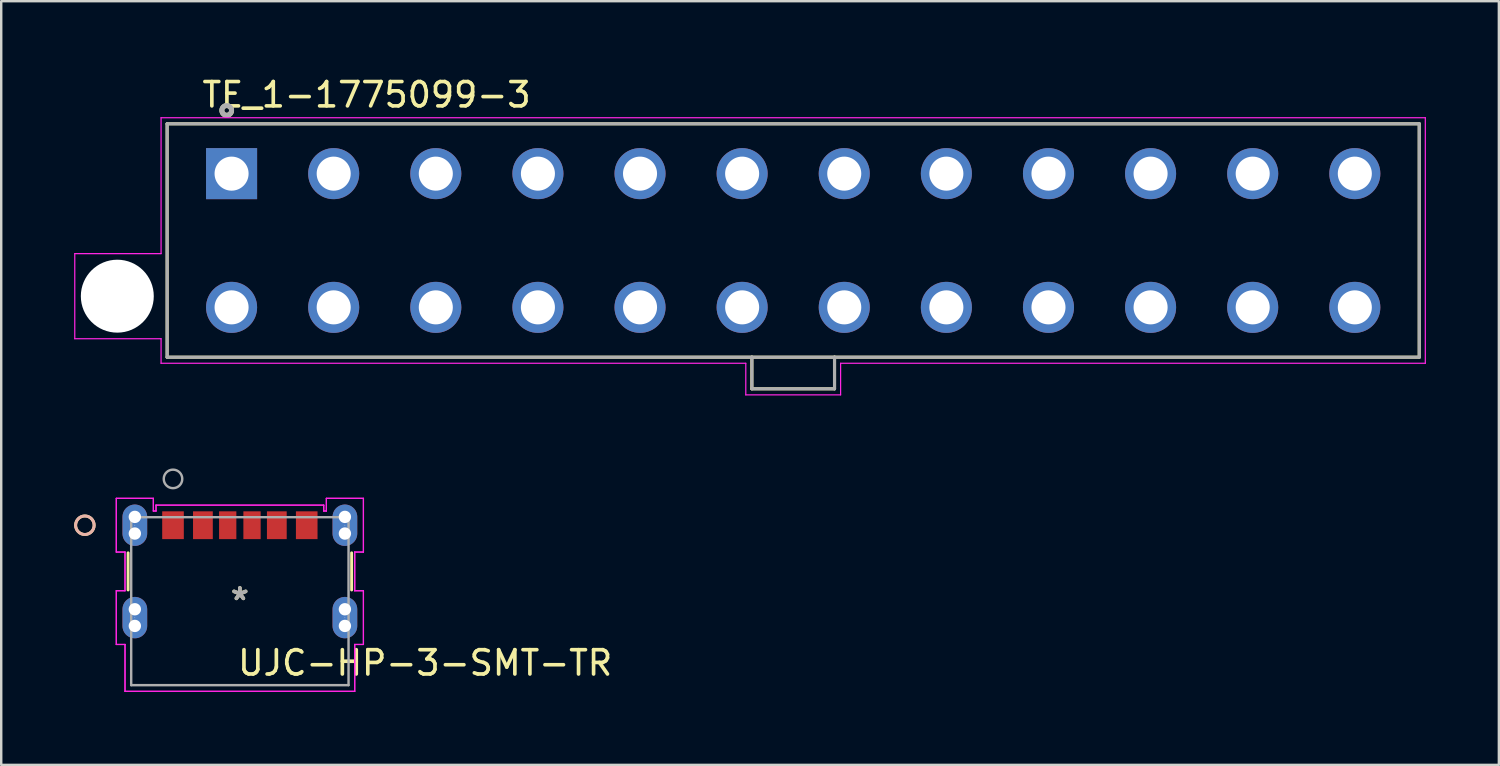
<source format=kicad_pcb>
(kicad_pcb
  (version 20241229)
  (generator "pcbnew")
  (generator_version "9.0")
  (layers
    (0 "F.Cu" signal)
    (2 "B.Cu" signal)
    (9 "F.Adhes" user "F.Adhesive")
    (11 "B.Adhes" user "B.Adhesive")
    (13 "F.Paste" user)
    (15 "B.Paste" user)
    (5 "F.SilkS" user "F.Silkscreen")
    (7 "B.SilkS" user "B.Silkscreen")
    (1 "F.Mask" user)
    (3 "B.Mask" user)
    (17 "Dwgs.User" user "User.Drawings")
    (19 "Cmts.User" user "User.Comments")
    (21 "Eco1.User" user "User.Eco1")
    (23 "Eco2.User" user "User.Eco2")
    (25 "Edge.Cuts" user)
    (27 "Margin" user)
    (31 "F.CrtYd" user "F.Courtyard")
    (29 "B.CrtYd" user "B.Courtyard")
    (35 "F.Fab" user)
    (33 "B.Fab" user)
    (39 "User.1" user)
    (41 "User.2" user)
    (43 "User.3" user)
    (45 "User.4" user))
  (footprint "UJC-HP-3-SMT-TR"
    (layer "F.Cu")
    (at 6.816 21.677)
    (property "Reference" "UJC-HP-3-SMT-TR" (at 7.62 2.54 0) (layer "F.SilkS") (effects (font (size 1 1) (thickness 0.15))))
    (attr through_hole)
    (fp_line (start -4.597 -1.988) (end -4.597 -0.461) (stroke (width 0.12) (type solid)) (layer "F.SilkS"))
    (fp_line (start 4.597 -0.461) (end 4.597 -1.988) (stroke (width 0.12) (type solid)) (layer "F.SilkS"))
    (fp_circle (center -6.375 -3.124) (end -5.994 -3.124) (stroke (width 0.12) (type solid)) (fill no) (layer "F.SilkS"))
    (fp_circle (center -6.375 -3.124) (end -5.994 -3.124) (stroke (width 0.12) (type solid)) (fill no) (layer "B.SilkS"))
    (fp_line (start -5.082 -4.229) (end -5.082 -2.02) (stroke (width 0.05) (type solid)) (layer "F.CrtYd"))
    (fp_line (start -5.082 -4.229) (end -5.082 -2.02) (stroke (width 0.05) (type solid)) (layer "F.CrtYd"))
    (fp_line (start -5.082 -2.02) (end -4.724 -2.02) (stroke (width 0.05) (type solid)) (layer "F.CrtYd"))
    (fp_line (start -5.082 -2.02) (end -4.724 -2.02) (stroke (width 0.05) (type solid)) (layer "F.CrtYd"))
    (fp_line (start -5.082 -0.429) (end -5.082 1.78) (stroke (width 0.05) (type solid)) (layer "F.CrtYd"))
    (fp_line (start -5.082 -0.429) (end -5.082 1.78) (stroke (width 0.05) (type solid)) (layer "F.CrtYd"))
    (fp_line (start -5.082 1.78) (end -4.724 1.78) (stroke (width 0.05) (type solid)) (layer "F.CrtYd"))
    (fp_line (start -5.082 1.78) (end -4.724 1.78) (stroke (width 0.05) (type solid)) (layer "F.CrtYd"))
    (fp_line (start -4.724 -2.02) (end -4.724 -0.429) (stroke (width 0.05) (type solid)) (layer "F.CrtYd"))
    (fp_line (start -4.724 -2.02) (end -4.724 -0.429) (stroke (width 0.05) (type solid)) (layer "F.CrtYd"))
    (fp_line (start -4.724 -0.429) (end -5.082 -0.429) (stroke (width 0.05) (type solid)) (layer "F.CrtYd"))
    (fp_line (start -4.724 -0.429) (end -5.082 -0.429) (stroke (width 0.05) (type solid)) (layer "F.CrtYd"))
    (fp_line (start -4.724 1.78) (end -4.724 3.708) (stroke (width 0.05) (type solid)) (layer "F.CrtYd"))
    (fp_line (start -4.724 1.78) (end -4.724 3.708) (stroke (width 0.05) (type solid)) (layer "F.CrtYd"))
    (fp_line (start -4.724 3.708) (end 4.724 3.708) (stroke (width 0.05) (type solid)) (layer "F.CrtYd"))
    (fp_line (start -4.724 3.708) (end 4.724 3.708) (stroke (width 0.05) (type solid)) (layer "F.CrtYd"))
    (fp_line (start -3.558 -4.229) (end -5.082 -4.229) (stroke (width 0.05) (type solid)) (layer "F.CrtYd"))
    (fp_line (start -3.558 -4.229) (end -5.082 -4.229) (stroke (width 0.05) (type solid)) (layer "F.CrtYd"))
    (fp_line (start -3.558 -3.708) (end -3.558 -4.229) (stroke (width 0.05) (type solid)) (layer "F.CrtYd"))
    (fp_line (start -3.558 -3.708) (end -3.558 -4.229) (stroke (width 0.05) (type solid)) (layer "F.CrtYd"))
    (fp_line (start -3.449 -3.95) (end -3.449 -3.708) (stroke (width 0.05) (type solid)) (layer "F.CrtYd"))
    (fp_line (start -3.449 -3.95) (end -3.449 -3.708) (stroke (width 0.05) (type solid)) (layer "F.CrtYd"))
    (fp_line (start -3.449 -3.708) (end -3.558 -3.708) (stroke (width 0.05) (type solid)) (layer "F.CrtYd"))
    (fp_line (start -3.449 -3.708) (end -3.558 -3.708) (stroke (width 0.05) (type solid)) (layer "F.CrtYd"))
    (fp_line (start 3.449 -3.95) (end -3.449 -3.95) (stroke (width 0.05) (type solid)) (layer "F.CrtYd"))
    (fp_line (start 3.449 -3.95) (end -3.449 -3.95) (stroke (width 0.05) (type solid)) (layer "F.CrtYd"))
    (fp_line (start 3.449 -3.708) (end 3.449 -3.95) (stroke (width 0.05) (type solid)) (layer "F.CrtYd"))
    (fp_line (start 3.449 -3.708) (end 3.449 -3.95) (stroke (width 0.05) (type solid)) (layer "F.CrtYd"))
    (fp_line (start 3.558 -4.229) (end 3.558 -3.708) (stroke (width 0.05) (type solid)) (layer "F.CrtYd"))
    (fp_line (start 3.558 -4.229) (end 3.558 -3.708) (stroke (width 0.05) (type solid)) (layer "F.CrtYd"))
    (fp_line (start 3.558 -3.708) (end 3.449 -3.708) (stroke (width 0.05) (type solid)) (layer "F.CrtYd"))
    (fp_line (start 3.558 -3.708) (end 3.449 -3.708) (stroke (width 0.05) (type solid)) (layer "F.CrtYd"))
    (fp_line (start 4.724 -2.02) (end 5.082 -2.02) (stroke (width 0.05) (type solid)) (layer "F.CrtYd"))
    (fp_line (start 4.724 -2.02) (end 5.082 -2.02) (stroke (width 0.05) (type solid)) (layer "F.CrtYd"))
    (fp_line (start 4.724 -0.429) (end 4.724 -2.02) (stroke (width 0.05) (type solid)) (layer "F.CrtYd"))
    (fp_line (start 4.724 -0.429) (end 4.724 -2.02) (stroke (width 0.05) (type solid)) (layer "F.CrtYd"))
    (fp_line (start 4.724 1.78) (end 5.082 1.78) (stroke (width 0.05) (type solid)) (layer "F.CrtYd"))
    (fp_line (start 4.724 1.78) (end 5.082 1.78) (stroke (width 0.05) (type solid)) (layer "F.CrtYd"))
    (fp_line (start 4.724 3.708) (end 4.724 1.78) (stroke (width 0.05) (type solid)) (layer "F.CrtYd"))
    (fp_line (start 4.724 3.708) (end 4.724 1.78) (stroke (width 0.05) (type solid)) (layer "F.CrtYd"))
    (fp_line (start 5.082 -0.429) (end 4.724 -0.429) (stroke (width 0.05) (type solid)) (layer "F.CrtYd"))
    (fp_line (start 5.082 -0.429) (end 4.724 -0.429) (stroke (width 0.05) (type solid)) (layer "F.CrtYd"))
    (fp_line (start 5.082 1.78) (end 5.082 -0.429) (stroke (width 0.05) (type solid)) (layer "F.CrtYd"))
    (fp_line (start 5.082 1.78) (end 5.082 -0.429) (stroke (width 0.05) (type solid)) (layer "F.CrtYd"))
    (fp_line (start 5.082 -4.229) (end 3.558 -4.229) (stroke (width 0.05) (type solid)) (layer "F.CrtYd"))
    (fp_line (start 5.082 -4.229) (end 3.558 -4.229) (stroke (width 0.05) (type solid)) (layer "F.CrtYd"))
    (fp_line (start 5.082 -2.02) (end 5.082 -4.229) (stroke (width 0.05) (type solid)) (layer "F.CrtYd"))
    (fp_line (start 5.082 -2.02) (end 5.082 -4.229) (stroke (width 0.05) (type solid)) (layer "F.CrtYd"))
    (fp_line (start -4.47 -3.454) (end -4.47 3.454) (stroke (width 0.1) (type solid)) (layer "F.Fab"))
    (fp_line (start -4.47 3.454) (end 4.47 3.454) (stroke (width 0.1) (type solid)) (layer "F.Fab"))
    (fp_line (start 4.47 -3.454) (end -4.47 -3.454) (stroke (width 0.1) (type solid)) (layer "F.Fab"))
    (fp_line (start 4.47 3.454) (end 4.47 -3.454) (stroke (width 0.1) (type solid)) (layer "F.Fab"))
    (fp_circle (center -2.75 -5.029) (end -2.369 -5.029) (stroke (width 0.1) (type solid)) (fill no) (layer "F.Fab"))
    (fp_text user "*" (at 0 0 0) (layer "F.SilkS") (effects (font (size 1 1) (thickness 0.15))))
    (fp_text user "Copyright 2021 Accelerated Designs. All rights reserved." (at 0 2.54 0) (layer "Cmts.User") (effects (font (size 0.127 0.127) (thickness 0.002))))
    (fp_text user "*" (at 0 0 0) (layer "F.Fab") (effects (font (size 1 1) (thickness 0.15))))
    (pad "" np_thru_hole circle (at -4.32 -3.467) (size 0.508 0.508) (drill 0.508) (layers "*.Cu" "*.Mask"))
    (pad "" np_thru_hole circle (at -4.32 -2.782) (size 0.508 0.508) (drill 0.508) (layers "*.Cu" "*.Mask"))
    (pad "" np_thru_hole circle (at -4.32 0.333) (size 0.508 0.508) (drill 0.508) (layers "*.Cu" "*.Mask"))
    (pad "" np_thru_hole circle (at -4.32 1.018) (size 0.508 0.508) (drill 0.508) (layers "*.Cu" "*.Mask"))
    (pad "" np_thru_hole circle (at 4.32 0.333) (size 0.508 0.508) (drill 0.508) (layers "*.Cu" "*.Mask"))
    (pad "" np_thru_hole circle (at 4.32 1.018) (size 0.508 0.508) (drill 0.508) (layers "*.Cu" "*.Mask"))
    (pad "" np_thru_hole circle (at 4.32 -3.467) (size 0.508 0.508) (drill 0.508) (layers "*.Cu" "*.Mask"))
    (pad "" np_thru_hole circle (at 4.32 -2.782) (size 0.508 0.508) (drill 0.508) (layers "*.Cu" "*.Mask"))
    (pad "1" smd rect (at -2.75 -3.124) (size 0.889 1.143) (layers "F.Cu" "F.Mask" "F.Paste"))
    (pad "2" smd rect (at -1.52 -3.124) (size 0.813 1.143) (layers "F.Cu" "F.Mask" "F.Paste"))
    (pad "3" smd rect (at -0.5 -3.124) (size 0.711 1.143) (layers "F.Cu" "F.Mask" "F.Paste"))
    (pad "4" smd rect (at 0.5 -3.124) (size 0.711 1.143) (layers "F.Cu" "F.Mask" "F.Paste"))
    (pad "5" smd rect (at 1.52 -3.124) (size 0.813 1.143) (layers "F.Cu" "F.Mask" "F.Paste"))
    (pad "6" smd rect (at 2.75 -3.124) (size 0.889 1.143) (layers "F.Cu" "F.Mask" "F.Paste"))
    (pad "7" thru_hole oval (at -4.32 -3.124 90) (size 1.702 1.016) (drill 0.025) (layers "*.Cu" "*.Mask"))
    (pad "8" thru_hole oval (at 4.32 -3.124 90) (size 1.702 1.016) (drill 0.025) (layers "*.Cu" "*.Mask"))
    (pad "9" thru_hole oval (at -4.32 0.676 90) (size 1.702 1.016) (drill 0.025) (layers "*.Cu" "*.Mask"))
    (pad "10" thru_hole oval (at 4.32 0.676 90) (size 1.702 1.016) (drill 0.025) (layers "*.Cu" "*.Mask")))
  (footprint "TE_1-1775099-3"
    (layer "F.Cu")
    (at 29.575 6.842)
    (property "Reference" "TE_1-1775099-3" (at -17.548 -5.993 0) (layer "F.SilkS") (effects (font (size 1.001 1.001) (thickness 0.15))))
    (attr through_hole)
    (fp_line (start -25.75 -4.8) (end 25.75 -4.8) (stroke (width 0.127) (type solid)) (layer "F.SilkS"))
    (fp_line (start -25.75 4.8) (end -25.75 -4.8) (stroke (width 0.127) (type solid)) (layer "F.SilkS"))
    (fp_line (start -1.7 4.8) (end -25.75 4.8) (stroke (width 0.127) (type solid)) (layer "F.SilkS"))
    (fp_line (start -1.7 4.8) (end -1.7 6.1) (stroke (width 0.127) (type solid)) (layer "F.SilkS"))
    (fp_line (start -1.7 6.1) (end 1.7 6.1) (stroke (width 0.127) (type solid)) (layer "F.SilkS"))
    (fp_line (start 1.7 4.8) (end -1.7 4.8) (stroke (width 0.127) (type solid)) (layer "F.SilkS"))
    (fp_line (start 1.7 6.1) (end 1.7 4.8) (stroke (width 0.127) (type solid)) (layer "F.SilkS"))
    (fp_line (start 25.75 -4.8) (end 25.75 4.8) (stroke (width 0.127) (type solid)) (layer "F.SilkS"))
    (fp_line (start 25.75 4.8) (end 1.7 4.8) (stroke (width 0.127) (type solid)) (layer "F.SilkS"))
    (fp_circle (center -23.3 -5.35) (end -23.1 -5.35) (stroke (width 0.203) (type solid)) (fill no) (layer "F.SilkS"))
    (fp_line (start -29.55 0.54) (end -26 0.54) (stroke (width 0.05) (type solid)) (layer "F.CrtYd"))
    (fp_line (start -29.55 4.04) (end -29.55 0.54) (stroke (width 0.05) (type solid)) (layer "F.CrtYd"))
    (fp_line (start -26 -5.05) (end 26 -5.05) (stroke (width 0.05) (type solid)) (layer "F.CrtYd"))
    (fp_line (start -26 0.54) (end -26 -5.05) (stroke (width 0.05) (type solid)) (layer "F.CrtYd"))
    (fp_line (start -26 4.04) (end -29.55 4.04) (stroke (width 0.05) (type solid)) (layer "F.CrtYd"))
    (fp_line (start -26 5.05) (end -26 4.04) (stroke (width 0.05) (type solid)) (layer "F.CrtYd"))
    (fp_line (start -1.95 5.05) (end -26 5.05) (stroke (width 0.05) (type solid)) (layer "F.CrtYd"))
    (fp_line (start -1.95 6.35) (end -1.95 5.05) (stroke (width 0.05) (type solid)) (layer "F.CrtYd"))
    (fp_line (start 1.95 5.05) (end 1.95 6.35) (stroke (width 0.05) (type solid)) (layer "F.CrtYd"))
    (fp_line (start 1.95 6.35) (end -1.95 6.35) (stroke (width 0.05) (type solid)) (layer "F.CrtYd"))
    (fp_line (start 26 -5.05) (end 26 5.05) (stroke (width 0.05) (type solid)) (layer "F.CrtYd"))
    (fp_line (start 26 5.05) (end 1.95 5.05) (stroke (width 0.05) (type solid)) (layer "F.CrtYd"))
    (fp_line (start -25.75 -4.8) (end 25.75 -4.8) (stroke (width 0.127) (type solid)) (layer "F.Fab"))
    (fp_line (start -25.75 4.8) (end -25.75 -4.8) (stroke (width 0.127) (type solid)) (layer "F.Fab"))
    (fp_line (start -25.75 4.8) (end -1.7 4.8) (stroke (width 0.127) (type solid)) (layer "F.Fab"))
    (fp_line (start -1.7 4.8) (end -1.7 6.1) (stroke (width 0.127) (type solid)) (layer "F.Fab"))
    (fp_line (start -1.7 4.8) (end 1.7 4.8) (stroke (width 0.127) (type solid)) (layer "F.Fab"))
    (fp_line (start -1.7 6.1) (end 1.7 6.1) (stroke (width 0.127) (type solid)) (layer "F.Fab"))
    (fp_line (start 1.7 4.8) (end 25.75 4.8) (stroke (width 0.127) (type solid)) (layer "F.Fab"))
    (fp_line (start 1.7 6.1) (end 1.7 4.8) (stroke (width 0.127) (type solid)) (layer "F.Fab"))
    (fp_line (start 25.75 -4.8) (end 25.75 4.8) (stroke (width 0.127) (type solid)) (layer "F.Fab"))
    (fp_circle (center -23.3 -5.35) (end -23.1 -5.35) (stroke (width 0.203) (type solid)) (fill no) (layer "F.Fab"))
    (pad "" np_thru_hole circle (at -27.8 2.29) (size 3 3) (drill 3) (layers "*.Cu" "*.Mask"))
    (pad "1" thru_hole rect (at -23.1 -2.75) (size 2.1 2.1) (drill 1.4) (layers "*.Cu" "*.Mask"))
    (pad "2" thru_hole circle (at -23.1 2.75) (size 2.1 2.1) (drill 1.4) (layers "*.Cu" "*.Mask"))
    (pad "3" thru_hole circle (at -18.9 -2.75) (size 2.1 2.1) (drill 1.4) (layers "*.Cu" "*.Mask"))
    (pad "4" thru_hole circle (at -18.9 2.75) (size 2.1 2.1) (drill 1.4) (layers "*.Cu" "*.Mask"))
    (pad "5" thru_hole circle (at -14.7 -2.75) (size 2.1 2.1) (drill 1.4) (layers "*.Cu" "*.Mask"))
    (pad "6" thru_hole circle (at -14.7 2.75) (size 2.1 2.1) (drill 1.4) (layers "*.Cu" "*.Mask"))
    (pad "7" thru_hole circle (at -10.5 -2.75) (size 2.1 2.1) (drill 1.4) (layers "*.Cu" "*.Mask"))
    (pad "8" thru_hole circle (at -10.5 2.75) (size 2.1 2.1) (drill 1.4) (layers "*.Cu" "*.Mask"))
    (pad "9" thru_hole circle (at -6.3 -2.75) (size 2.1 2.1) (drill 1.4) (layers "*.Cu" "*.Mask"))
    (pad "10" thru_hole circle (at -6.3 2.75) (size 2.1 2.1) (drill 1.4) (layers "*.Cu" "*.Mask"))
    (pad "11" thru_hole circle (at -2.1 -2.75) (size 2.1 2.1) (drill 1.4) (layers "*.Cu" "*.Mask"))
    (pad "12" thru_hole circle (at -2.1 2.75) (size 2.1 2.1) (drill 1.4) (layers "*.Cu" "*.Mask"))
    (pad "13" thru_hole circle (at 2.1 -2.75) (size 2.1 2.1) (drill 1.4) (layers "*.Cu" "*.Mask"))
    (pad "14" thru_hole circle (at 2.1 2.75) (size 2.1 2.1) (drill 1.4) (layers "*.Cu" "*.Mask"))
    (pad "15" thru_hole circle (at 6.3 -2.75) (size 2.1 2.1) (drill 1.4) (layers "*.Cu" "*.Mask"))
    (pad "16" thru_hole circle (at 6.3 2.75) (size 2.1 2.1) (drill 1.4) (layers "*.Cu" "*.Mask"))
    (pad "17" thru_hole circle (at 10.5 -2.75) (size 2.1 2.1) (drill 1.4) (layers "*.Cu" "*.Mask"))
    (pad "18" thru_hole circle (at 10.5 2.75) (size 2.1 2.1) (drill 1.4) (layers "*.Cu" "*.Mask"))
    (pad "19" thru_hole circle (at 14.7 -2.75) (size 2.1 2.1) (drill 1.4) (layers "*.Cu" "*.Mask"))
    (pad "20" thru_hole circle (at 14.7 2.75) (size 2.1 2.1) (drill 1.4) (layers "*.Cu" "*.Mask"))
    (pad "21" thru_hole circle (at 18.9 -2.75) (size 2.1 2.1) (drill 1.4) (layers "*.Cu" "*.Mask"))
    (pad "22" thru_hole circle (at 18.9 2.75) (size 2.1 2.1) (drill 1.4) (layers "*.Cu" "*.Mask"))
    (pad "23" thru_hole circle (at 23.1 -2.75) (size 2.1 2.1) (drill 1.4) (layers "*.Cu" "*.Mask"))
    (pad "24" thru_hole circle (at 23.1 2.75) (size 2.1 2.1) (drill 1.4) (layers "*.Cu" "*.Mask")))
  (gr_rect
    (start -3 -3)
    (end 58.6 28.411)
    (stroke (width 0.1) (type default))
    (fill no)
    (layer "Edge.Cuts")))
</source>
